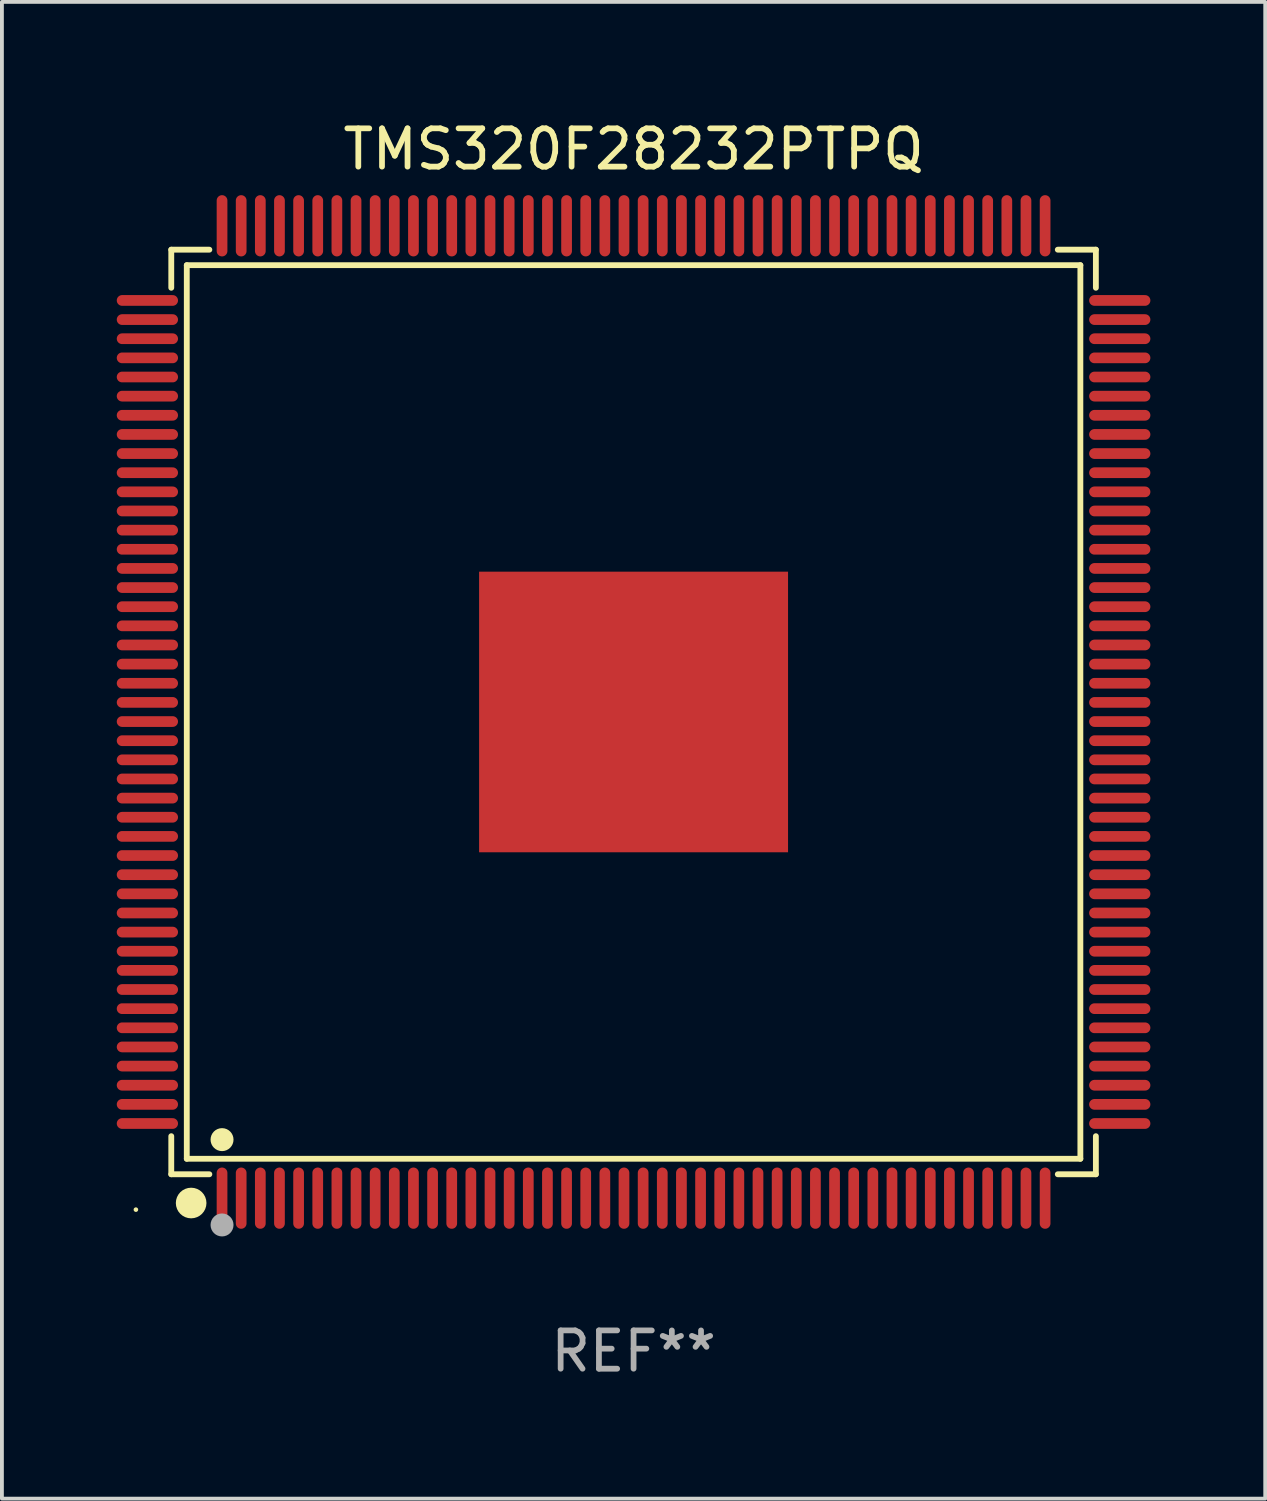
<source format=kicad_pcb>
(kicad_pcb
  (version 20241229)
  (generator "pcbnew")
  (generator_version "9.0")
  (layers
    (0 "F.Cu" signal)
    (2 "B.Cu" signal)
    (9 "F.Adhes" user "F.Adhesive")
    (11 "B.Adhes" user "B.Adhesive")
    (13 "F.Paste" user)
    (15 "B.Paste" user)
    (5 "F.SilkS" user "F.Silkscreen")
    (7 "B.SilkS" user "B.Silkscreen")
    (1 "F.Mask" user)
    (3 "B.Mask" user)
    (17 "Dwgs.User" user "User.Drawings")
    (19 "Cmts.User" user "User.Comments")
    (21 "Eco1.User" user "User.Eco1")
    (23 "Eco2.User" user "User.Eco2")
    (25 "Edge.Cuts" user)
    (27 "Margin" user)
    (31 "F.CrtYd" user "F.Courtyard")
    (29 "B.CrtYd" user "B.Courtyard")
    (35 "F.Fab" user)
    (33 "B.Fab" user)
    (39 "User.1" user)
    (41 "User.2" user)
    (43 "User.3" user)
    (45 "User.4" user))
  (footprint "TMS320F28232PTPQ"
    (layer "F.Cu")
    (at 13.5 15.548)
    (property "Reference" "TMS320F28232PTPQ" (at 0 -14.7 0) (layer "F.SilkS") (effects (font (size 1 1) (thickness 0.15))))
    (attr through_hole)
    (fp_line (start -12.076 -12.076) (end -11.081 -12.076) (stroke (width 0.152) (type solid)) (layer "F.SilkS"))
    (fp_line (start -12.076 -11.081) (end -12.076 -12.076) (stroke (width 0.152) (type solid)) (layer "F.SilkS"))
    (fp_line (start -12.076 11.081) (end -12.076 12.076) (stroke (width 0.152) (type solid)) (layer "F.SilkS"))
    (fp_line (start -12.076 12.076) (end -11.081 12.076) (stroke (width 0.152) (type solid)) (layer "F.SilkS"))
    (fp_line (start -11.671 -11.671) (end 11.671 -11.671) (stroke (width 0.152) (type solid)) (layer "F.SilkS"))
    (fp_line (start -11.671 11.671) (end -11.671 -11.671) (stroke (width 0.152) (type solid)) (layer "F.SilkS"))
    (fp_line (start 11.671 -11.671) (end 11.671 11.671) (stroke (width 0.152) (type solid)) (layer "F.SilkS"))
    (fp_line (start 11.671 11.671) (end -11.671 11.671) (stroke (width 0.152) (type solid)) (layer "F.SilkS"))
    (fp_line (start 12.076 -12.076) (end 11.081 -12.076) (stroke (width 0.152) (type solid)) (layer "F.SilkS"))
    (fp_line (start 12.076 -11.081) (end 12.076 -12.076) (stroke (width 0.152) (type solid)) (layer "F.SilkS"))
    (fp_line (start 12.076 11.081) (end 12.076 12.076) (stroke (width 0.152) (type solid)) (layer "F.SilkS"))
    (fp_line (start 12.076 12.076) (end 11.081 12.076) (stroke (width 0.152) (type solid)) (layer "F.SilkS"))
    (fp_circle (center -13 13) (end -12.97 13) (stroke (width 0.06) (type solid)) (fill no) (layer "F.SilkS"))
    (fp_circle (center -11.557 12.827) (end -11.357 12.827) (stroke (width 0.4) (type solid)) (fill no) (layer "F.SilkS"))
    (fp_circle (center -10.75 11.171) (end -10.6 11.171) (stroke (width 0.3) (type solid)) (fill no) (layer "F.SilkS"))
    (fp_circle (center -10.75 13.4) (end -10.6 13.4) (stroke (width 0.3) (type solid)) (fill no) (layer "F.Fab"))
    (fp_text user "REF**" (at 0 16.7 0) (layer "F.Fab") (effects (font (size 1 1) (thickness 0.15))))
    (pad "1" smd oval (at -10.75 12.7) (size 0.28 1.6) (layers "F.Cu" "F.Mask" "F.Paste"))
    (pad "2" smd oval (at -10.25 12.7) (size 0.28 1.6) (layers "F.Cu" "F.Mask" "F.Paste"))
    (pad "3" smd oval (at -9.75 12.7) (size 0.28 1.6) (layers "F.Cu" "F.Mask" "F.Paste"))
    (pad "4" smd oval (at -9.25 12.7) (size 0.28 1.6) (layers "F.Cu" "F.Mask" "F.Paste"))
    (pad "5" smd oval (at -8.75 12.7) (size 0.28 1.6) (layers "F.Cu" "F.Mask" "F.Paste"))
    (pad "6" smd oval (at -8.25 12.7) (size 0.28 1.6) (layers "F.Cu" "F.Mask" "F.Paste"))
    (pad "7" smd oval (at -7.75 12.7) (size 0.28 1.6) (layers "F.Cu" "F.Mask" "F.Paste"))
    (pad "8" smd oval (at -7.25 12.7) (size 0.28 1.6) (layers "F.Cu" "F.Mask" "F.Paste"))
    (pad "9" smd oval (at -6.75 12.7) (size 0.28 1.6) (layers "F.Cu" "F.Mask" "F.Paste"))
    (pad "10" smd oval (at -6.25 12.7) (size 0.28 1.6) (layers "F.Cu" "F.Mask" "F.Paste"))
    (pad "11" smd oval (at -5.75 12.7) (size 0.28 1.6) (layers "F.Cu" "F.Mask" "F.Paste"))
    (pad "12" smd oval (at -5.25 12.7) (size 0.28 1.6) (layers "F.Cu" "F.Mask" "F.Paste"))
    (pad "13" smd oval (at -4.75 12.7) (size 0.28 1.6) (layers "F.Cu" "F.Mask" "F.Paste"))
    (pad "14" smd oval (at -4.25 12.7) (size 0.28 1.6) (layers "F.Cu" "F.Mask" "F.Paste"))
    (pad "15" smd oval (at -3.75 12.7) (size 0.28 1.6) (layers "F.Cu" "F.Mask" "F.Paste"))
    (pad "16" smd oval (at -3.25 12.7) (size 0.28 1.6) (layers "F.Cu" "F.Mask" "F.Paste"))
    (pad "17" smd oval (at -2.75 12.7) (size 0.28 1.6) (layers "F.Cu" "F.Mask" "F.Paste"))
    (pad "18" smd oval (at -2.25 12.7) (size 0.28 1.6) (layers "F.Cu" "F.Mask" "F.Paste"))
    (pad "19" smd oval (at -1.75 12.7) (size 0.28 1.6) (layers "F.Cu" "F.Mask" "F.Paste"))
    (pad "20" smd oval (at -1.25 12.7) (size 0.28 1.6) (layers "F.Cu" "F.Mask" "F.Paste"))
    (pad "21" smd oval (at -0.75 12.7) (size 0.28 1.6) (layers "F.Cu" "F.Mask" "F.Paste"))
    (pad "22" smd oval (at -0.25 12.7) (size 0.28 1.6) (layers "F.Cu" "F.Mask" "F.Paste"))
    (pad "23" smd oval (at 0.25 12.7) (size 0.28 1.6) (layers "F.Cu" "F.Mask" "F.Paste"))
    (pad "24" smd oval (at 0.75 12.7) (size 0.28 1.6) (layers "F.Cu" "F.Mask" "F.Paste"))
    (pad "25" smd oval (at 1.25 12.7) (size 0.28 1.6) (layers "F.Cu" "F.Mask" "F.Paste"))
    (pad "26" smd oval (at 1.75 12.7) (size 0.28 1.6) (layers "F.Cu" "F.Mask" "F.Paste"))
    (pad "27" smd oval (at 2.25 12.7) (size 0.28 1.6) (layers "F.Cu" "F.Mask" "F.Paste"))
    (pad "28" smd oval (at 2.75 12.7) (size 0.28 1.6) (layers "F.Cu" "F.Mask" "F.Paste"))
    (pad "29" smd oval (at 3.25 12.7) (size 0.28 1.6) (layers "F.Cu" "F.Mask" "F.Paste"))
    (pad "30" smd oval (at 3.75 12.7) (size 0.28 1.6) (layers "F.Cu" "F.Mask" "F.Paste"))
    (pad "31" smd oval (at 4.25 12.7) (size 0.28 1.6) (layers "F.Cu" "F.Mask" "F.Paste"))
    (pad "32" smd oval (at 4.75 12.7) (size 0.28 1.6) (layers "F.Cu" "F.Mask" "F.Paste"))
    (pad "33" smd oval (at 5.25 12.7) (size 0.28 1.6) (layers "F.Cu" "F.Mask" "F.Paste"))
    (pad "34" smd oval (at 5.75 12.7) (size 0.28 1.6) (layers "F.Cu" "F.Mask" "F.Paste"))
    (pad "35" smd oval (at 6.25 12.7) (size 0.28 1.6) (layers "F.Cu" "F.Mask" "F.Paste"))
    (pad "36" smd oval (at 6.75 12.7) (size 0.28 1.6) (layers "F.Cu" "F.Mask" "F.Paste"))
    (pad "37" smd oval (at 7.25 12.7) (size 0.28 1.6) (layers "F.Cu" "F.Mask" "F.Paste"))
    (pad "38" smd oval (at 7.75 12.7) (size 0.28 1.6) (layers "F.Cu" "F.Mask" "F.Paste"))
    (pad "39" smd oval (at 8.25 12.7) (size 0.28 1.6) (layers "F.Cu" "F.Mask" "F.Paste"))
    (pad "40" smd oval (at 8.75 12.7) (size 0.28 1.6) (layers "F.Cu" "F.Mask" "F.Paste"))
    (pad "41" smd oval (at 9.25 12.7) (size 0.28 1.6) (layers "F.Cu" "F.Mask" "F.Paste"))
    (pad "42" smd oval (at 9.75 12.7) (size 0.28 1.6) (layers "F.Cu" "F.Mask" "F.Paste"))
    (pad "43" smd oval (at 10.25 12.7) (size 0.28 1.6) (layers "F.Cu" "F.Mask" "F.Paste"))
    (pad "44" smd oval (at 10.75 12.7) (size 0.28 1.6) (layers "F.Cu" "F.Mask" "F.Paste"))
    (pad "45" smd oval (at 12.7 10.75) (size 1.6 0.28) (layers "F.Cu" "F.Mask" "F.Paste"))
    (pad "46" smd oval (at 12.7 10.25) (size 1.6 0.28) (layers "F.Cu" "F.Mask" "F.Paste"))
    (pad "47" smd oval (at 12.7 9.75) (size 1.6 0.28) (layers "F.Cu" "F.Mask" "F.Paste"))
    (pad "48" smd oval (at 12.7 9.25) (size 1.6 0.28) (layers "F.Cu" "F.Mask" "F.Paste"))
    (pad "49" smd oval (at 12.7 8.75) (size 1.6 0.28) (layers "F.Cu" "F.Mask" "F.Paste"))
    (pad "50" smd oval (at 12.7 8.25) (size 1.6 0.28) (layers "F.Cu" "F.Mask" "F.Paste"))
    (pad "51" smd oval (at 12.7 7.75) (size 1.6 0.28) (layers "F.Cu" "F.Mask" "F.Paste"))
    (pad "52" smd oval (at 12.7 7.25) (size 1.6 0.28) (layers "F.Cu" "F.Mask" "F.Paste"))
    (pad "53" smd oval (at 12.7 6.75) (size 1.6 0.28) (layers "F.Cu" "F.Mask" "F.Paste"))
    (pad "54" smd oval (at 12.7 6.25) (size 1.6 0.28) (layers "F.Cu" "F.Mask" "F.Paste"))
    (pad "55" smd oval (at 12.7 5.75) (size 1.6 0.28) (layers "F.Cu" "F.Mask" "F.Paste"))
    (pad "56" smd oval (at 12.7 5.25) (size 1.6 0.28) (layers "F.Cu" "F.Mask" "F.Paste"))
    (pad "57" smd oval (at 12.7 4.75) (size 1.6 0.28) (layers "F.Cu" "F.Mask" "F.Paste"))
    (pad "58" smd oval (at 12.7 4.25) (size 1.6 0.28) (layers "F.Cu" "F.Mask" "F.Paste"))
    (pad "59" smd oval (at 12.7 3.75) (size 1.6 0.28) (layers "F.Cu" "F.Mask" "F.Paste"))
    (pad "60" smd oval (at 12.7 3.25) (size 1.6 0.28) (layers "F.Cu" "F.Mask" "F.Paste"))
    (pad "61" smd oval (at 12.7 2.75) (size 1.6 0.28) (layers "F.Cu" "F.Mask" "F.Paste"))
    (pad "62" smd oval (at 12.7 2.25) (size 1.6 0.28) (layers "F.Cu" "F.Mask" "F.Paste"))
    (pad "63" smd oval (at 12.7 1.75) (size 1.6 0.28) (layers "F.Cu" "F.Mask" "F.Paste"))
    (pad "64" smd oval (at 12.7 1.25) (size 1.6 0.28) (layers "F.Cu" "F.Mask" "F.Paste"))
    (pad "65" smd oval (at 12.7 0.75) (size 1.6 0.28) (layers "F.Cu" "F.Mask" "F.Paste"))
    (pad "66" smd oval (at 12.7 0.25) (size 1.6 0.28) (layers "F.Cu" "F.Mask" "F.Paste"))
    (pad "67" smd oval (at 12.7 -0.25) (size 1.6 0.28) (layers "F.Cu" "F.Mask" "F.Paste"))
    (pad "68" smd oval (at 12.7 -0.75) (size 1.6 0.28) (layers "F.Cu" "F.Mask" "F.Paste"))
    (pad "69" smd oval (at 12.7 -1.25) (size 1.6 0.28) (layers "F.Cu" "F.Mask" "F.Paste"))
    (pad "70" smd oval (at 12.7 -1.75) (size 1.6 0.28) (layers "F.Cu" "F.Mask" "F.Paste"))
    (pad "71" smd oval (at 12.7 -2.25) (size 1.6 0.28) (layers "F.Cu" "F.Mask" "F.Paste"))
    (pad "72" smd oval (at 12.7 -2.75) (size 1.6 0.28) (layers "F.Cu" "F.Mask" "F.Paste"))
    (pad "73" smd oval (at 12.7 -3.25) (size 1.6 0.28) (layers "F.Cu" "F.Mask" "F.Paste"))
    (pad "74" smd oval (at 12.7 -3.75) (size 1.6 0.28) (layers "F.Cu" "F.Mask" "F.Paste"))
    (pad "75" smd oval (at 12.7 -4.25) (size 1.6 0.28) (layers "F.Cu" "F.Mask" "F.Paste"))
    (pad "76" smd oval (at 12.7 -4.75) (size 1.6 0.28) (layers "F.Cu" "F.Mask" "F.Paste"))
    (pad "77" smd oval (at 12.7 -5.25) (size 1.6 0.28) (layers "F.Cu" "F.Mask" "F.Paste"))
    (pad "78" smd oval (at 12.7 -5.75) (size 1.6 0.28) (layers "F.Cu" "F.Mask" "F.Paste"))
    (pad "79" smd oval (at 12.7 -6.25) (size 1.6 0.28) (layers "F.Cu" "F.Mask" "F.Paste"))
    (pad "80" smd oval (at 12.7 -6.75) (size 1.6 0.28) (layers "F.Cu" "F.Mask" "F.Paste"))
    (pad "81" smd oval (at 12.7 -7.25) (size 1.6 0.28) (layers "F.Cu" "F.Mask" "F.Paste"))
    (pad "82" smd oval (at 12.7 -7.75) (size 1.6 0.28) (layers "F.Cu" "F.Mask" "F.Paste"))
    (pad "83" smd oval (at 12.7 -8.25) (size 1.6 0.28) (layers "F.Cu" "F.Mask" "F.Paste"))
    (pad "84" smd oval (at 12.7 -8.75) (size 1.6 0.28) (layers "F.Cu" "F.Mask" "F.Paste"))
    (pad "85" smd oval (at 12.7 -9.25) (size 1.6 0.28) (layers "F.Cu" "F.Mask" "F.Paste"))
    (pad "86" smd oval (at 12.7 -9.75) (size 1.6 0.28) (layers "F.Cu" "F.Mask" "F.Paste"))
    (pad "87" smd oval (at 12.7 -10.25) (size 1.6 0.28) (layers "F.Cu" "F.Mask" "F.Paste"))
    (pad "88" smd oval (at 12.7 -10.75) (size 1.6 0.28) (layers "F.Cu" "F.Mask" "F.Paste"))
    (pad "89" smd oval (at 10.75 -12.7) (size 0.28 1.6) (layers "F.Cu" "F.Mask" "F.Paste"))
    (pad "90" smd oval (at 10.25 -12.7) (size 0.28 1.6) (layers "F.Cu" "F.Mask" "F.Paste"))
    (pad "91" smd oval (at 9.75 -12.7) (size 0.28 1.6) (layers "F.Cu" "F.Mask" "F.Paste"))
    (pad "92" smd oval (at 9.25 -12.7) (size 0.28 1.6) (layers "F.Cu" "F.Mask" "F.Paste"))
    (pad "93" smd oval (at 8.75 -12.7) (size 0.28 1.6) (layers "F.Cu" "F.Mask" "F.Paste"))
    (pad "94" smd oval (at 8.25 -12.7) (size 0.28 1.6) (layers "F.Cu" "F.Mask" "F.Paste"))
    (pad "95" smd oval (at 7.75 -12.7) (size 0.28 1.6) (layers "F.Cu" "F.Mask" "F.Paste"))
    (pad "96" smd oval (at 7.25 -12.7) (size 0.28 1.6) (layers "F.Cu" "F.Mask" "F.Paste"))
    (pad "97" smd oval (at 6.75 -12.7) (size 0.28 1.6) (layers "F.Cu" "F.Mask" "F.Paste"))
    (pad "98" smd oval (at 6.25 -12.7) (size 0.28 1.6) (layers "F.Cu" "F.Mask" "F.Paste"))
    (pad "99" smd oval (at 5.75 -12.7) (size 0.28 1.6) (layers "F.Cu" "F.Mask" "F.Paste"))
    (pad "100" smd oval (at 5.25 -12.7) (size 0.28 1.6) (layers "F.Cu" "F.Mask" "F.Paste"))
    (pad "101" smd oval (at 4.75 -12.7) (size 0.28 1.6) (layers "F.Cu" "F.Mask" "F.Paste"))
    (pad "102" smd oval (at 4.25 -12.7) (size 0.28 1.6) (layers "F.Cu" "F.Mask" "F.Paste"))
    (pad "103" smd oval (at 3.75 -12.7) (size 0.28 1.6) (layers "F.Cu" "F.Mask" "F.Paste"))
    (pad "104" smd oval (at 3.25 -12.7) (size 0.28 1.6) (layers "F.Cu" "F.Mask" "F.Paste"))
    (pad "105" smd oval (at 2.75 -12.7) (size 0.28 1.6) (layers "F.Cu" "F.Mask" "F.Paste"))
    (pad "106" smd oval (at 2.25 -12.7) (size 0.28 1.6) (layers "F.Cu" "F.Mask" "F.Paste"))
    (pad "107" smd oval (at 1.75 -12.7) (size 0.28 1.6) (layers "F.Cu" "F.Mask" "F.Paste"))
    (pad "108" smd oval (at 1.25 -12.7) (size 0.28 1.6) (layers "F.Cu" "F.Mask" "F.Paste"))
    (pad "109" smd oval (at 0.75 -12.7) (size 0.28 1.6) (layers "F.Cu" "F.Mask" "F.Paste"))
    (pad "110" smd oval (at 0.25 -12.7) (size 0.28 1.6) (layers "F.Cu" "F.Mask" "F.Paste"))
    (pad "111" smd oval (at -0.25 -12.7) (size 0.28 1.6) (layers "F.Cu" "F.Mask" "F.Paste"))
    (pad "112" smd oval (at -0.75 -12.7) (size 0.28 1.6) (layers "F.Cu" "F.Mask" "F.Paste"))
    (pad "113" smd oval (at -1.25 -12.7) (size 0.28 1.6) (layers "F.Cu" "F.Mask" "F.Paste"))
    (pad "114" smd oval (at -1.75 -12.7) (size 0.28 1.6) (layers "F.Cu" "F.Mask" "F.Paste"))
    (pad "115" smd oval (at -2.25 -12.7) (size 0.28 1.6) (layers "F.Cu" "F.Mask" "F.Paste"))
    (pad "116" smd oval (at -2.75 -12.7) (size 0.28 1.6) (layers "F.Cu" "F.Mask" "F.Paste"))
    (pad "117" smd oval (at -3.25 -12.7) (size 0.28 1.6) (layers "F.Cu" "F.Mask" "F.Paste"))
    (pad "118" smd oval (at -3.75 -12.7) (size 0.28 1.6) (layers "F.Cu" "F.Mask" "F.Paste"))
    (pad "119" smd oval (at -4.25 -12.7) (size 0.28 1.6) (layers "F.Cu" "F.Mask" "F.Paste"))
    (pad "120" smd oval (at -4.75 -12.7) (size 0.28 1.6) (layers "F.Cu" "F.Mask" "F.Paste"))
    (pad "121" smd oval (at -5.25 -12.7) (size 0.28 1.6) (layers "F.Cu" "F.Mask" "F.Paste"))
    (pad "122" smd oval (at -5.75 -12.7) (size 0.28 1.6) (layers "F.Cu" "F.Mask" "F.Paste"))
    (pad "123" smd oval (at -6.25 -12.7) (size 0.28 1.6) (layers "F.Cu" "F.Mask" "F.Paste"))
    (pad "124" smd oval (at -6.75 -12.7) (size 0.28 1.6) (layers "F.Cu" "F.Mask" "F.Paste"))
    (pad "125" smd oval (at -7.25 -12.7) (size 0.28 1.6) (layers "F.Cu" "F.Mask" "F.Paste"))
    (pad "126" smd oval (at -7.75 -12.7) (size 0.28 1.6) (layers "F.Cu" "F.Mask" "F.Paste"))
    (pad "127" smd oval (at -8.25 -12.7) (size 0.28 1.6) (layers "F.Cu" "F.Mask" "F.Paste"))
    (pad "128" smd oval (at -8.75 -12.7) (size 0.28 1.6) (layers "F.Cu" "F.Mask" "F.Paste"))
    (pad "129" smd oval (at -9.25 -12.7) (size 0.28 1.6) (layers "F.Cu" "F.Mask" "F.Paste"))
    (pad "130" smd oval (at -9.75 -12.7) (size 0.28 1.6) (layers "F.Cu" "F.Mask" "F.Paste"))
    (pad "131" smd oval (at -10.25 -12.7) (size 0.28 1.6) (layers "F.Cu" "F.Mask" "F.Paste"))
    (pad "132" smd oval (at -10.75 -12.7) (size 0.28 1.6) (layers "F.Cu" "F.Mask" "F.Paste"))
    (pad "133" smd oval (at -12.7 -10.75) (size 1.6 0.28) (layers "F.Cu" "F.Mask" "F.Paste"))
    (pad "134" smd oval (at -12.7 -10.25) (size 1.6 0.28) (layers "F.Cu" "F.Mask" "F.Paste"))
    (pad "135" smd oval (at -12.7 -9.75) (size 1.6 0.28) (layers "F.Cu" "F.Mask" "F.Paste"))
    (pad "136" smd oval (at -12.7 -9.25) (size 1.6 0.28) (layers "F.Cu" "F.Mask" "F.Paste"))
    (pad "137" smd oval (at -12.7 -8.75) (size 1.6 0.28) (layers "F.Cu" "F.Mask" "F.Paste"))
    (pad "138" smd oval (at -12.7 -8.25) (size 1.6 0.28) (layers "F.Cu" "F.Mask" "F.Paste"))
    (pad "139" smd oval (at -12.7 -7.75) (size 1.6 0.28) (layers "F.Cu" "F.Mask" "F.Paste"))
    (pad "140" smd oval (at -12.7 -7.25) (size 1.6 0.28) (layers "F.Cu" "F.Mask" "F.Paste"))
    (pad "141" smd oval (at -12.7 -6.75) (size 1.6 0.28) (layers "F.Cu" "F.Mask" "F.Paste"))
    (pad "142" smd oval (at -12.7 -6.25) (size 1.6 0.28) (layers "F.Cu" "F.Mask" "F.Paste"))
    (pad "143" smd oval (at -12.7 -5.75) (size 1.6 0.28) (layers "F.Cu" "F.Mask" "F.Paste"))
    (pad "144" smd oval (at -12.7 -5.25) (size 1.6 0.28) (layers "F.Cu" "F.Mask" "F.Paste"))
    (pad "145" smd oval (at -12.7 -4.75) (size 1.6 0.28) (layers "F.Cu" "F.Mask" "F.Paste"))
    (pad "146" smd oval (at -12.7 -4.25) (size 1.6 0.28) (layers "F.Cu" "F.Mask" "F.Paste"))
    (pad "147" smd oval (at -12.7 -3.75) (size 1.6 0.28) (layers "F.Cu" "F.Mask" "F.Paste"))
    (pad "148" smd oval (at -12.7 -3.25) (size 1.6 0.28) (layers "F.Cu" "F.Mask" "F.Paste"))
    (pad "149" smd oval (at -12.7 -2.75) (size 1.6 0.28) (layers "F.Cu" "F.Mask" "F.Paste"))
    (pad "150" smd oval (at -12.7 -2.25) (size 1.6 0.28) (layers "F.Cu" "F.Mask" "F.Paste"))
    (pad "151" smd oval (at -12.7 -1.75) (size 1.6 0.28) (layers "F.Cu" "F.Mask" "F.Paste"))
    (pad "152" smd oval (at -12.7 -1.25) (size 1.6 0.28) (layers "F.Cu" "F.Mask" "F.Paste"))
    (pad "153" smd oval (at -12.7 -0.75) (size 1.6 0.28) (layers "F.Cu" "F.Mask" "F.Paste"))
    (pad "154" smd oval (at -12.7 -0.25) (size 1.6 0.28) (layers "F.Cu" "F.Mask" "F.Paste"))
    (pad "155" smd oval (at -12.7 0.25) (size 1.6 0.28) (layers "F.Cu" "F.Mask" "F.Paste"))
    (pad "156" smd oval (at -12.7 0.75) (size 1.6 0.28) (layers "F.Cu" "F.Mask" "F.Paste"))
    (pad "157" smd oval (at -12.7 1.25) (size 1.6 0.28) (layers "F.Cu" "F.Mask" "F.Paste"))
    (pad "158" smd oval (at -12.7 1.75) (size 1.6 0.28) (layers "F.Cu" "F.Mask" "F.Paste"))
    (pad "159" smd oval (at -12.7 2.25) (size 1.6 0.28) (layers "F.Cu" "F.Mask" "F.Paste"))
    (pad "160" smd oval (at -12.7 2.75) (size 1.6 0.28) (layers "F.Cu" "F.Mask" "F.Paste"))
    (pad "161" smd oval (at -12.7 3.25) (size 1.6 0.28) (layers "F.Cu" "F.Mask" "F.Paste"))
    (pad "162" smd oval (at -12.7 3.75) (size 1.6 0.28) (layers "F.Cu" "F.Mask" "F.Paste"))
    (pad "163" smd oval (at -12.7 4.25) (size 1.6 0.28) (layers "F.Cu" "F.Mask" "F.Paste"))
    (pad "164" smd oval (at -12.7 4.75) (size 1.6 0.28) (layers "F.Cu" "F.Mask" "F.Paste"))
    (pad "165" smd oval (at -12.7 5.25) (size 1.6 0.28) (layers "F.Cu" "F.Mask" "F.Paste"))
    (pad "166" smd oval (at -12.7 5.75) (size 1.6 0.28) (layers "F.Cu" "F.Mask" "F.Paste"))
    (pad "167" smd oval (at -12.7 6.25) (size 1.6 0.28) (layers "F.Cu" "F.Mask" "F.Paste"))
    (pad "168" smd oval (at -12.7 6.75) (size 1.6 0.28) (layers "F.Cu" "F.Mask" "F.Paste"))
    (pad "169" smd oval (at -12.7 7.25) (size 1.6 0.28) (layers "F.Cu" "F.Mask" "F.Paste"))
    (pad "170" smd oval (at -12.7 7.75) (size 1.6 0.28) (layers "F.Cu" "F.Mask" "F.Paste"))
    (pad "171" smd oval (at -12.7 8.25) (size 1.6 0.28) (layers "F.Cu" "F.Mask" "F.Paste"))
    (pad "172" smd oval (at -12.7 8.75) (size 1.6 0.28) (layers "F.Cu" "F.Mask" "F.Paste"))
    (pad "173" smd oval (at -12.7 9.25) (size 1.6 0.28) (layers "F.Cu" "F.Mask" "F.Paste"))
    (pad "174" smd oval (at -12.7 9.75) (size 1.6 0.28) (layers "F.Cu" "F.Mask" "F.Paste"))
    (pad "175" smd oval (at -12.7 10.25) (size 1.6 0.28) (layers "F.Cu" "F.Mask" "F.Paste"))
    (pad "176" smd oval (at -12.7 10.75) (size 1.6 0.28) (layers "F.Cu" "F.Mask" "F.Paste"))
    (pad "177" smd rect (at 0 0) (size 8.07 7.33) (layers "F.Cu" "F.Mask" "F.Paste")))
  (gr_rect
    (start -3 -3)
    (end 30 36.097)
    (stroke (width 0.1) (type default))
    (fill no)
    (layer "Edge.Cuts")))
</source>
